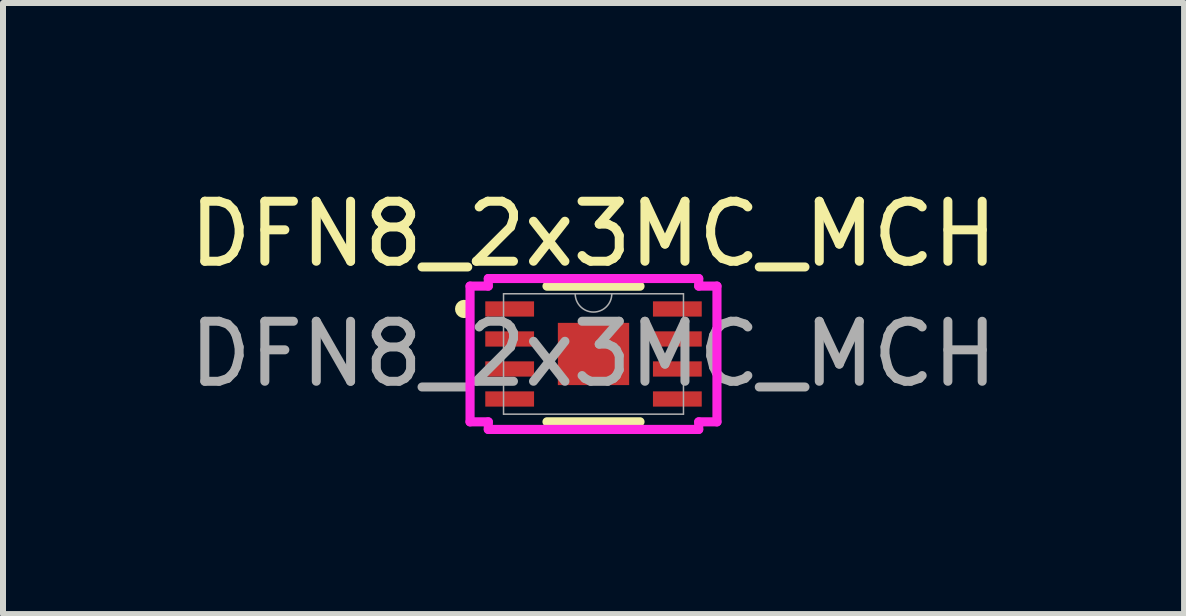
<source format=kicad_pcb>
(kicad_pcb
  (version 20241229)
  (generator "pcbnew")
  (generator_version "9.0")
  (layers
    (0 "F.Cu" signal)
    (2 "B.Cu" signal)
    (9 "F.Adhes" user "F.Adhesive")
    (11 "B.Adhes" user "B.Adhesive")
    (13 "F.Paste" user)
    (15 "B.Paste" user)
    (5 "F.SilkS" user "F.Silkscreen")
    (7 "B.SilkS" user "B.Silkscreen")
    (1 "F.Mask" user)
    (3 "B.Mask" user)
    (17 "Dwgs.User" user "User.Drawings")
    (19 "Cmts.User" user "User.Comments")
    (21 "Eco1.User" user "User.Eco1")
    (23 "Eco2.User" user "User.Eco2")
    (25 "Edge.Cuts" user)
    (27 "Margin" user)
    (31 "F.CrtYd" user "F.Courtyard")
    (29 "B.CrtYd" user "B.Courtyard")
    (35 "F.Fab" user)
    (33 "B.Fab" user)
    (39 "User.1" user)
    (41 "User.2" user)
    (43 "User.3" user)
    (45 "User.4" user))
  (footprint "DFN8_2x3MC_MCH"
    (layer "F.Cu")
    (at 6.839 2.848)
    (property "Reference" "DFN8_2x3MC_MCH" (at 0 -2 0) (unlocked yes) (layer "F.SilkS") (effects (font (size 1 1) (thickness 0.15))))
    (attr smd)
    (fp_line (start -0.775 1.13) (end 0.775 1.13) (stroke (width 0.152) (type solid)) (layer "F.SilkS"))
    (fp_line (start 0.775 -1.13) (end -0.775 -1.13) (stroke (width 0.152) (type solid)) (layer "F.SilkS"))
    (fp_arc (start -2.13614 -0.676171) (mid -2.2312 -0.75) (end -2.13614 -0.823829) (stroke (width 0.1524) (type solid)) (layer "F.SilkS"))
    (fp_line (start -2.057 -1.131) (end -1.753 -1.131) (stroke (width 0.152) (type solid)) (layer "F.CrtYd"))
    (fp_line (start -2.057 1.131) (end -2.057 -1.131) (stroke (width 0.152) (type solid)) (layer "F.CrtYd"))
    (fp_line (start -2.057 1.131) (end -1.753 1.131) (stroke (width 0.152) (type solid)) (layer "F.CrtYd"))
    (fp_line (start -1.753 -1.257) (end 1.753 -1.257) (stroke (width 0.152) (type solid)) (layer "F.CrtYd"))
    (fp_line (start -1.753 -1.131) (end -1.753 -1.257) (stroke (width 0.152) (type solid)) (layer "F.CrtYd"))
    (fp_line (start -1.753 1.257) (end -1.753 1.131) (stroke (width 0.152) (type solid)) (layer "F.CrtYd"))
    (fp_line (start 1.753 -1.257) (end 1.753 -1.131) (stroke (width 0.152) (type solid)) (layer "F.CrtYd"))
    (fp_line (start 1.753 1.131) (end 1.753 1.257) (stroke (width 0.152) (type solid)) (layer "F.CrtYd"))
    (fp_line (start 1.753 1.257) (end -1.753 1.257) (stroke (width 0.152) (type solid)) (layer "F.CrtYd"))
    (fp_line (start 2.057 -1.131) (end 1.753 -1.131) (stroke (width 0.152) (type solid)) (layer "F.CrtYd"))
    (fp_line (start 2.057 -1.131) (end 2.057 1.131) (stroke (width 0.152) (type solid)) (layer "F.CrtYd"))
    (fp_line (start 2.057 1.131) (end 1.753 1.131) (stroke (width 0.152) (type solid)) (layer "F.CrtYd"))
    (fp_line (start -1.499 -1.003) (end -1.499 1.003) (stroke (width 0.025) (type solid)) (layer "F.Fab"))
    (fp_line (start -1.499 1.003) (end 1.499 1.003) (stroke (width 0.025) (type solid)) (layer "F.Fab"))
    (fp_line (start 1.499 -1.003) (end -1.499 -1.003) (stroke (width 0.025) (type solid)) (layer "F.Fab"))
    (fp_line (start 1.499 1.003) (end 1.499 -1.003) (stroke (width 0.025) (type solid)) (layer "F.Fab"))
    (fp_arc (start 0.3048 -1.0033) (mid 0 -0.6985) (end -0.3048 -1.0033) (stroke (width 0.0254) (type solid)) (layer "F.Fab"))
    (fp_text user "${REFERENCE}" (at 0 0 0) (unlocked yes) (layer "F.Fab") (effects (font (size 1 1) (thickness 0.15))))
    (pad "1" smd rect (at -1.397 -0.75) (size 0.813 0.254) (layers "F.Cu" "F.Mask" "F.Paste"))
    (pad "2" smd rect (at -1.397 -0.25) (size 0.813 0.254) (layers "F.Cu" "F.Mask" "F.Paste"))
    (pad "3" smd rect (at -1.397 0.25) (size 0.813 0.254) (layers "F.Cu" "F.Mask" "F.Paste"))
    (pad "4" smd rect (at -1.397 0.75) (size 0.813 0.254) (layers "F.Cu" "F.Mask" "F.Paste"))
    (pad "5" smd rect (at 1.397 0.75) (size 0.813 0.254) (layers "F.Cu" "F.Mask" "F.Paste"))
    (pad "6" smd rect (at 1.397 0.25) (size 0.813 0.254) (layers "F.Cu" "F.Mask" "F.Paste"))
    (pad "7" smd rect (at 1.397 -0.25) (size 0.813 0.254) (layers "F.Cu" "F.Mask" "F.Paste"))
    (pad "8" smd rect (at 1.397 -0.75) (size 0.813 0.254) (layers "F.Cu" "F.Mask" "F.Paste"))
    (pad "9" smd rect (at 0 0) (size 1.188 1.037) (layers "F.Cu" "F.Mask" "F.Paste")))
  (gr_rect
    (start -3 -3)
    (end 16.679 7.182)
    (stroke (width 0.1) (type default))
    (fill no)
    (layer "Edge.Cuts")))
</source>
